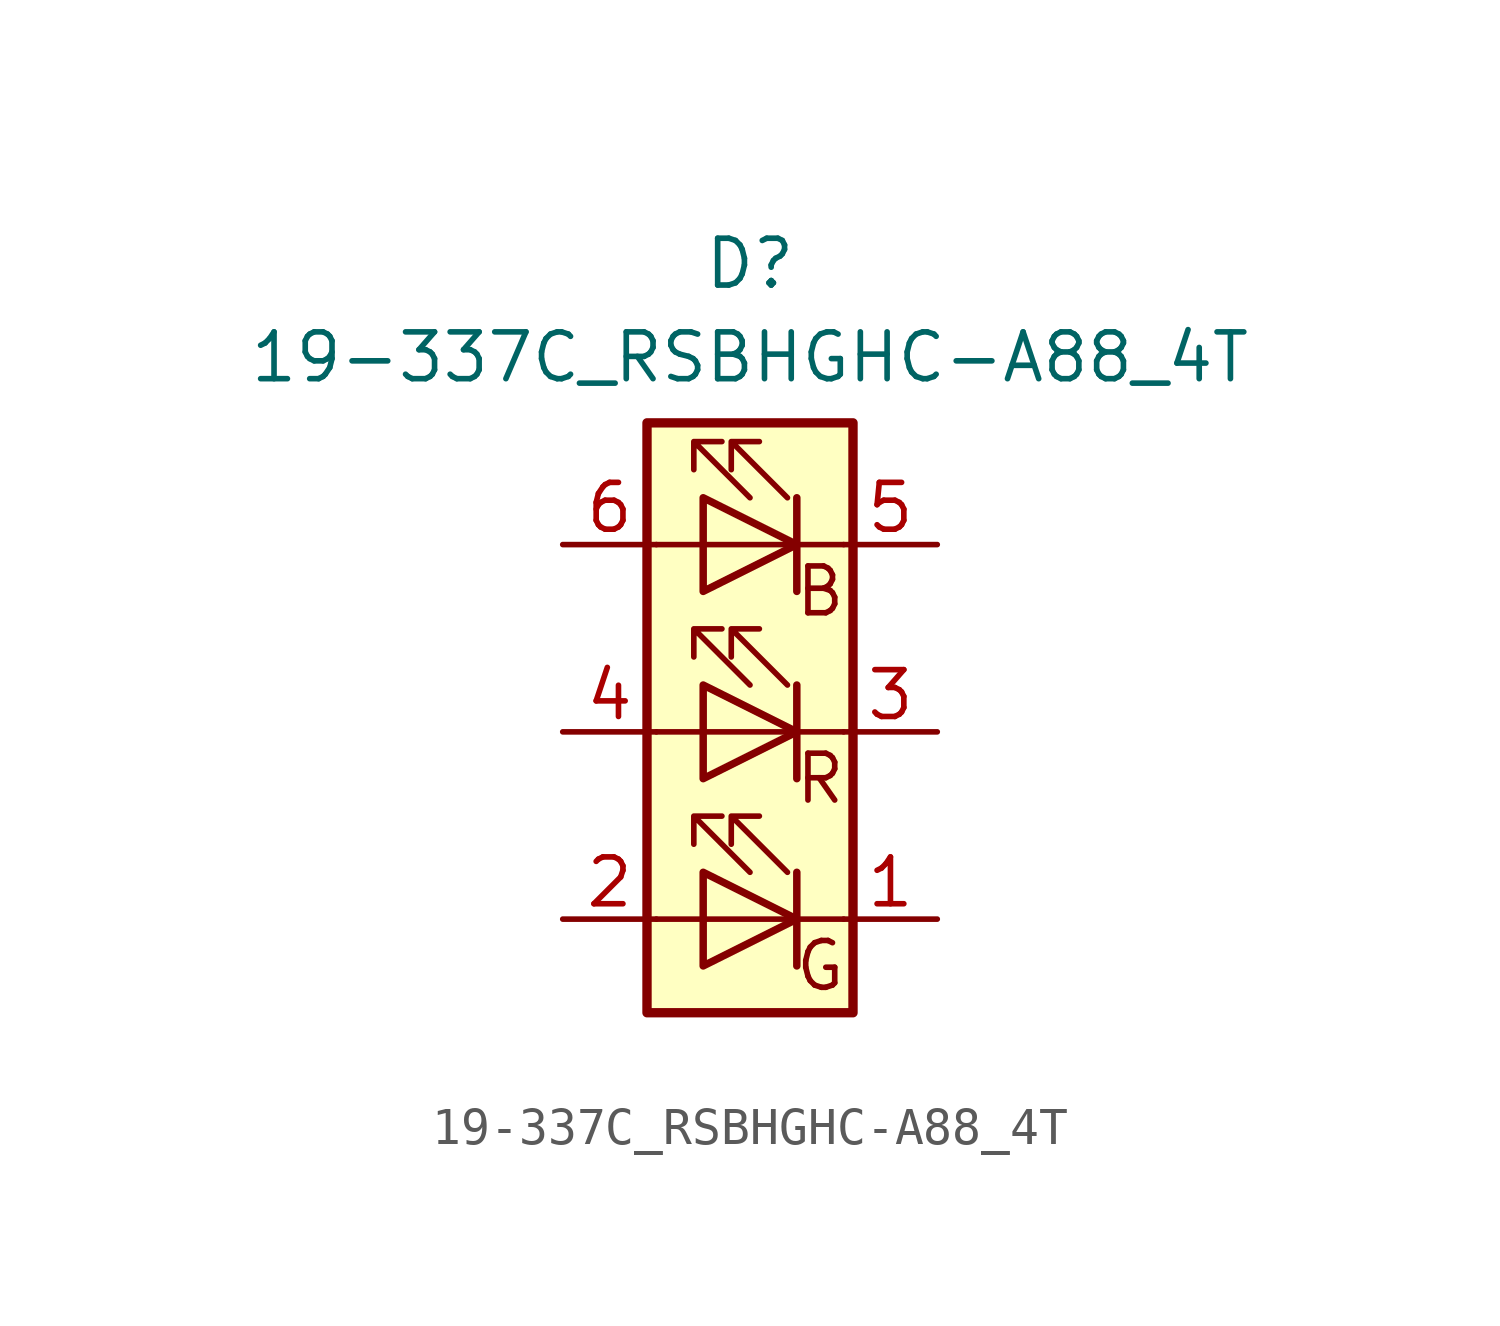
<source format=kicad_sym>
(kicad_symbol_lib
  (version 20211014)
  (generator kicad_symbol_editor)
  (symbol "19-337C_RSBHGHC-A88_4T"
    (pin_names
      (offset 0) hide)
    (property "Reference" "D"
      (at 0 12.7 0)
      (effects (font (size 1.27 1.27))))
    (property "Value" "19-337C_RSBHGHC-A88_4T"
      (at 0 10.16 0)
      (effects (font (size 1.27 1.27))))
    (symbol "19-337C_RSBHGHC-A88_4T_0_0"
      (text "B" (at 1.905 3.81 0) (effects (font (size 1.27 1.27))))
      (text "G" (at 1.905 -6.35 0) (effects (font (size 1.27 1.27))))
      (text "R" (at 1.905 -1.27 0) (effects (font (size 1.27 1.27)))))
    (symbol "19-337C_RSBHGHC-A88_4T_0_1"
      (rectangle (start -2.794 8.382) (end 2.794 -7.62) (stroke (width 0.254) (type default) (color 0 0 0 0)) (fill (type background)))
      (rectangle (start -1.27 -1.27) (end -1.27 1.27) (stroke (width 0) (type default) (color 0 0 0 0)) (fill (type none)))
      (rectangle (start -1.27 1.27) (end -1.27 1.27) (stroke (width 0) (type default) (color 0 0 0 0)) (fill (type none)))
      (rectangle (start -1.27 3.81) (end -1.27 6.35) (stroke (width 0) (type default) (color 0 0 0 0)) (fill (type none)))
      (rectangle (start -1.27 6.35) (end -1.27 6.35) (stroke (width 0) (type default) (color 0 0 0 0)) (fill (type none)))
      (polyline (pts (xy -1.27 -5.08) (xy -2.54 -5.08)) (stroke (width 0) (type default) (color 0 0 0 0)) (fill (type none)))
      (polyline (pts (xy -1.27 0) (xy -2.54 0)) (stroke (width 0) (type default) (color 0 0 0 0)) (fill (type none)))
      (polyline (pts (xy -1.27 0) (xy 1.27 0)) (stroke (width 0) (type default) (color 0 0 0 0)) (fill (type none)))
      (polyline (pts (xy -1.27 5.08) (xy -2.54 5.08)) (stroke (width 0) (type default) (color 0 0 0 0)) (fill (type none)))
      (polyline (pts (xy 1.27 -5.08) (xy -1.27 -5.08)) (stroke (width 0) (type default) (color 0 0 0 0)) (fill (type none)))
      (polyline (pts (xy 1.27 -5.08) (xy 2.54 -5.08)) (stroke (width 0) (type default) (color 0 0 0 0)) (fill (type none)))
      (polyline (pts (xy 1.27 -3.81) (xy 1.27 -6.35)) (stroke (width 0) (type default) (color 0 0 0 0)) (fill (type none)))
      (polyline (pts (xy 1.27 -3.81) (xy 1.27 -6.35)) (stroke (width 0.203) (type default) (color 0 0 0 0)) (fill (type none)))
      (polyline (pts (xy 1.27 0) (xy 2.54 0)) (stroke (width 0) (type default) (color 0 0 0 0)) (fill (type none)))
      (polyline (pts (xy 1.27 1.27) (xy 1.27 -1.27)) (stroke (width 0.203) (type default) (color 0 0 0 0)) (fill (type none)))
      (polyline (pts (xy 1.27 5.08) (xy -1.27 5.08)) (stroke (width 0) (type default) (color 0 0 0 0)) (fill (type none)))
      (polyline (pts (xy 1.27 5.08) (xy 2.54 5.08)) (stroke (width 0) (type default) (color 0 0 0 0)) (fill (type none)))
      (polyline (pts (xy 1.27 6.35) (xy 1.27 3.81)) (stroke (width 0.203) (type default) (color 0 0 0 0)) (fill (type none)))
      (polyline (pts (xy 1.27 1.27) (xy 1.27 -1.27) (xy 1.27 -1.27)) (stroke (width 0) (type default) (color 0 0 0 0)) (fill (type none)))
      (polyline (pts (xy 1.27 6.35) (xy 1.27 3.81) (xy 1.27 3.81)) (stroke (width 0) (type default) (color 0 0 0 0)) (fill (type none)))
      (polyline (pts (xy -1.27 -3.81) (xy -1.27 -6.35) (xy 1.27 -5.08) (xy -1.27 -3.81)) (stroke (width 0.203) (type default) (color 0 0 0 0)) (fill (type none)))
      (polyline (pts (xy -1.27 1.27) (xy -1.27 -1.27) (xy 1.27 0) (xy -1.27 1.27)) (stroke (width 0.203) (type default) (color 0 0 0 0)) (fill (type none)))
      (polyline (pts (xy -1.27 6.35) (xy -1.27 3.81) (xy 1.27 5.08) (xy -1.27 6.35)) (stroke (width 0.203) (type default) (color 0 0 0 0)) (fill (type none)))
      (polyline (pts (xy 0 -3.81) (xy -1.524 -2.286) (xy -0.762 -2.286) (xy -1.524 -2.286) (xy -1.524 -3.048)) (stroke (width 0) (type default) (color 0 0 0 0)) (fill (type none)))
      (polyline (pts (xy 0 1.27) (xy -1.524 2.794) (xy -0.762 2.794) (xy -1.524 2.794) (xy -1.524 2.032)) (stroke (width 0) (type default) (color 0 0 0 0)) (fill (type none)))
      (polyline (pts (xy 0 6.35) (xy -1.524 7.874) (xy -0.762 7.874) (xy -1.524 7.874) (xy -1.524 7.112)) (stroke (width 0) (type default) (color 0 0 0 0)) (fill (type none)))
      (polyline (pts (xy 1.016 -3.81) (xy -0.508 -2.286) (xy 0.254 -2.286) (xy -0.508 -2.286) (xy -0.508 -3.048)) (stroke (width 0) (type default) (color 0 0 0 0)) (fill (type none)))
      (polyline (pts (xy 1.016 1.27) (xy -0.508 2.794) (xy 0.254 2.794) (xy -0.508 2.794) (xy -0.508 2.032)) (stroke (width 0) (type default) (color 0 0 0 0)) (fill (type none)))
      (polyline (pts (xy 1.016 6.35) (xy -0.508 7.874) (xy 0.254 7.874) (xy -0.508 7.874) (xy -0.508 7.112)) (stroke (width 0) (type default) (color 0 0 0 0)) (fill (type none))))
    (symbol "19-337C_RSBHGHC-A88_4T_1_1"
      (pin passive line (at 5.08 -5.08 180) (length 2.54) (name "GK" (effects (font (size 1.27 1.27)))) (number "1" (effects (font (size 1.27 1.27)))))
      (pin passive line (at -5.08 -5.08 0) (length 2.54) (name "GA" (effects (font (size 1.27 1.27)))) (number "2" (effects (font (size 1.27 1.27)))))
      (pin passive line (at 5.08 0 180) (length 2.54) (name "RK" (effects (font (size 1.27 1.27)))) (number "3" (effects (font (size 1.27 1.27)))))
      (pin passive line (at -5.08 0 0) (length 2.54) (name "RA" (effects (font (size 1.27 1.27)))) (number "4" (effects (font (size 1.27 1.27)))))
      (pin passive line (at 5.08 5.08 180) (length 2.54) (name "BK" (effects (font (size 1.27 1.27)))) (number "5" (effects (font (size 1.27 1.27)))))
      (pin passive line (at -5.08 5.08 0) (length 2.54) (name "BA" (effects (font (size 1.27 1.27)))) (number "6" (effects (font (size 1.27 1.27))))))))
</source>
